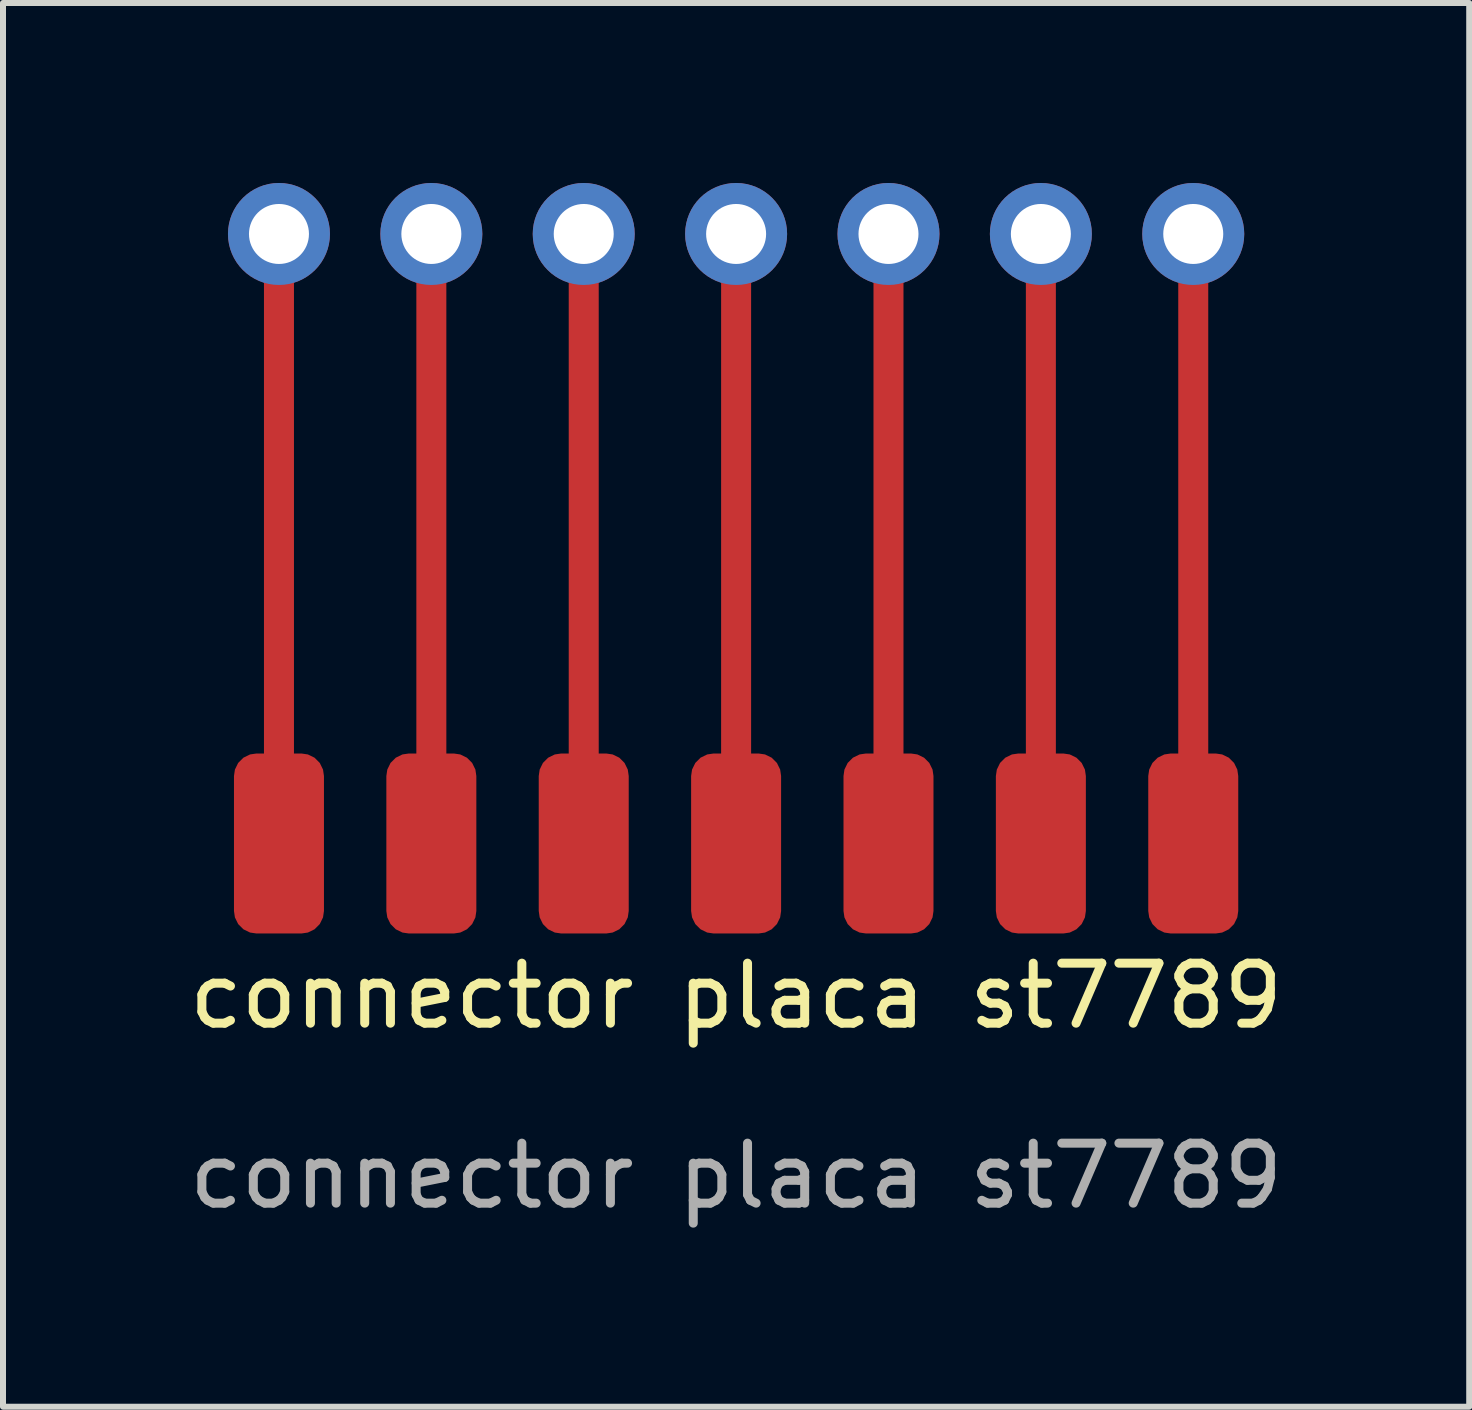
<source format=kicad_pcb>
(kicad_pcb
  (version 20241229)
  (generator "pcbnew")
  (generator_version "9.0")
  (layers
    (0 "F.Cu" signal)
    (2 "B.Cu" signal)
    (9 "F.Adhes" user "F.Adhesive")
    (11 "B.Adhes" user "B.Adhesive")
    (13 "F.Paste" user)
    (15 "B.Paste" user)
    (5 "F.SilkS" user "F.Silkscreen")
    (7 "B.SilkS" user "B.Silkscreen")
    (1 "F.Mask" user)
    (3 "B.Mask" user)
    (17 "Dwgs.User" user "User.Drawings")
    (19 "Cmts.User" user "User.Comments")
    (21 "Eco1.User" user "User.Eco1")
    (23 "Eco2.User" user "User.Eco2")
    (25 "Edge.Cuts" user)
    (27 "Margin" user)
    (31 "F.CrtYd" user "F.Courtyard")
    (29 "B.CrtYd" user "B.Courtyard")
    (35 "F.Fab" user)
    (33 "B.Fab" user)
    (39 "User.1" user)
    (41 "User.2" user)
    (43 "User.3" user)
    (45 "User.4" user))
  (footprint "connector placa st7789"
    (layer "F.Cu")
    (at 9.22 0.85)
    (property "Reference" "connector placa st7789" (at 0 12.7 0) (unlocked yes) (layer "F.SilkS") (effects (font (size 1 1) (thickness 0.15))))
    (attr through_hole)
    (fp_line (start -7.62 0) (end -7.62 10.16) (stroke (width 0.5) (type solid)) (layer "F.Cu"))
    (fp_line (start -5.08 0) (end -5.08 9.66) (stroke (width 0.5) (type solid)) (layer "F.Cu"))
    (fp_line (start -2.54 0) (end -2.54 10.16) (stroke (width 0.5) (type solid)) (layer "F.Cu"))
    (fp_line (start 0 0) (end 0 9.66) (stroke (width 0.5) (type solid)) (layer "F.Cu"))
    (fp_line (start 2.54 0) (end 2.54 9.66) (stroke (width 0.5) (type solid)) (layer "F.Cu"))
    (fp_line (start 5.08 10.16) (end 5.08 0) (stroke (width 0.5) (type solid)) (layer "F.Cu"))
    (fp_line (start 7.62 0) (end 7.62 10.16) (stroke (width 0.5) (type solid)) (layer "F.Cu"))
    (fp_text user "${REFERENCE}" (at 0 15.7 0) (unlocked yes) (layer "F.Fab") (effects (font (size 1 1) (thickness 0.15))))
    (pad "1" thru_hole oval (at -7.62 0) (size 1.7 1.7) (drill 1) (layers "*.Cu" "*.Mask"))
    (pad "1" connect roundrect (at -7.62 10.16 90) (size 3 1.5) (layers "F.Cu" "F.Mask") (roundrect_rratio 0.25))
    (pad "2" thru_hole oval (at -5.08 0) (size 1.7 1.7) (drill 1) (layers "*.Cu" "*.Mask"))
    (pad "2" connect roundrect (at -5.08 10.16 90) (size 3 1.5) (layers "F.Cu" "F.Mask") (roundrect_rratio 0.25))
    (pad "3" thru_hole oval (at -2.54 0) (size 1.7 1.7) (drill 1) (layers "*.Cu" "*.Mask"))
    (pad "3" connect roundrect (at -2.54 10.16 90) (size 3 1.5) (layers "F.Cu" "F.Mask") (roundrect_rratio 0.25))
    (pad "4" thru_hole oval (at 0 0) (size 1.7 1.7) (drill 1) (layers "*.Cu" "*.Mask"))
    (pad "4" connect roundrect (at 0 10.16 90) (size 3 1.5) (layers "F.Cu" "F.Mask") (roundrect_rratio 0.25))
    (pad "5" thru_hole oval (at 2.54 0) (size 1.7 1.7) (drill 1) (layers "*.Cu" "*.Mask"))
    (pad "5" connect roundrect (at 2.54 10.16 90) (size 3 1.5) (layers "F.Cu" "F.Mask") (roundrect_rratio 0.25))
    (pad "6" thru_hole oval (at 5.08 0) (size 1.7 1.7) (drill 1) (layers "*.Cu" "*.Mask"))
    (pad "6" connect roundrect (at 5.08 10.16 90) (size 3 1.5) (layers "F.Cu" "F.Mask") (roundrect_rratio 0.25))
    (pad "7" thru_hole oval (at 7.62 0) (size 1.7 1.7) (drill 1) (layers "*.Cu" "*.Mask"))
    (pad "7" connect roundrect (at 7.62 10.16 90) (size 3 1.5) (layers "F.Cu" "F.Mask") (roundrect_rratio 0.25)))
  (gr_rect
    (start -3 -3)
    (end 21.44 20.398)
    (stroke (width 0.1) (type default))
    (fill no)
    (layer "Edge.Cuts")))
</source>
